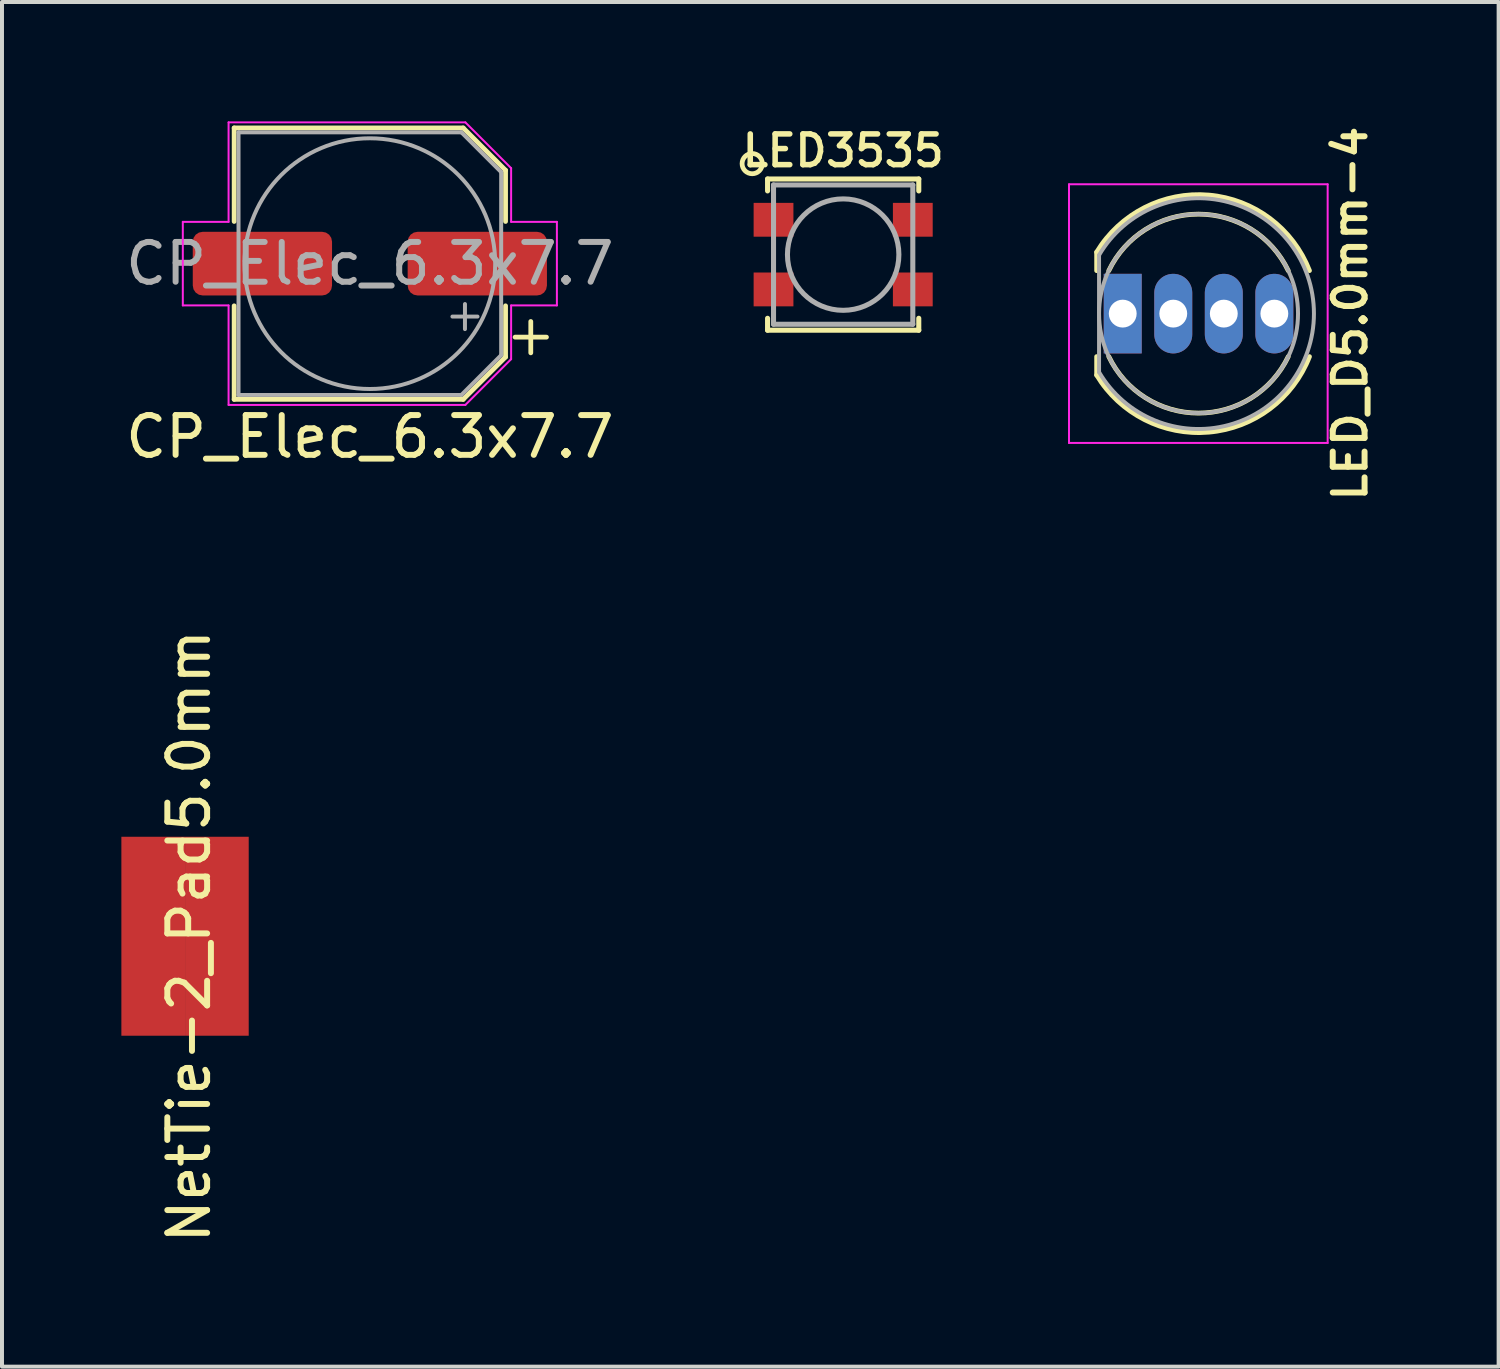
<source format=kicad_pcb>
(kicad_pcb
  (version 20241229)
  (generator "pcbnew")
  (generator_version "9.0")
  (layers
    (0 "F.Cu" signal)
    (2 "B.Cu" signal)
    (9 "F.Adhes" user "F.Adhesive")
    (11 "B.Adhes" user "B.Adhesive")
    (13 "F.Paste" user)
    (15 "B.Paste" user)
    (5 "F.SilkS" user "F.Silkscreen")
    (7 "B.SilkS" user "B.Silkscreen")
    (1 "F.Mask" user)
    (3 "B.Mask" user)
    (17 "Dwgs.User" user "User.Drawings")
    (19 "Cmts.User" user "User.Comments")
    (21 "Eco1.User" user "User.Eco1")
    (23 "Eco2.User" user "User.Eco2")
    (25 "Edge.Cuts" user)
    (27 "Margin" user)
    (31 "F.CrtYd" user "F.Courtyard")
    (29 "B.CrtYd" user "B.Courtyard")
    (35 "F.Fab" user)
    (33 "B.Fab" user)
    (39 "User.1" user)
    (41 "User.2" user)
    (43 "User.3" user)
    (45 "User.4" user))
  (footprint "CP_Elec_6.3x7.7"
    (layer "F.Cu")
    (at 6.244 3.575)
    (property "Reference" "CP_Elec_6.3x7.7" (at 0 4.35 180) (layer "F.SilkS") (effects (font (size 1 1) (thickness 0.15))))
    (attr smd)
    (fp_line (start -3.41 -3.41) (end -3.41 -1.06) (stroke (width 0.12) (type solid)) (layer "F.SilkS"))
    (fp_line (start -3.41 3.41) (end -3.41 1.06) (stroke (width 0.12) (type solid)) (layer "F.SilkS"))
    (fp_line (start 2.346 -3.41) (end -3.41 -3.41) (stroke (width 0.12) (type solid)) (layer "F.SilkS"))
    (fp_line (start 2.346 3.41) (end -3.41 3.41) (stroke (width 0.12) (type solid)) (layer "F.SilkS"))
    (fp_line (start 3.41 -2.346) (end 2.346 -3.41) (stroke (width 0.12) (type solid)) (layer "F.SilkS"))
    (fp_line (start 3.41 -2.346) (end 3.41 -1.06) (stroke (width 0.12) (type solid)) (layer "F.SilkS"))
    (fp_line (start 3.41 2.346) (end 2.346 3.41) (stroke (width 0.12) (type solid)) (layer "F.SilkS"))
    (fp_line (start 3.41 2.346) (end 3.41 1.06) (stroke (width 0.12) (type solid)) (layer "F.SilkS"))
    (fp_line (start 4.044 2.241) (end 4.044 1.454) (stroke (width 0.12) (type solid)) (layer "F.SilkS"))
    (fp_line (start 4.438 1.847) (end 3.65 1.847) (stroke (width 0.12) (type solid)) (layer "F.SilkS"))
    (fp_line (start -4.7 -1.05) (end -3.55 -1.05) (stroke (width 0.05) (type solid)) (layer "F.CrtYd"))
    (fp_line (start -4.7 1.05) (end -4.7 -1.05) (stroke (width 0.05) (type solid)) (layer "F.CrtYd"))
    (fp_line (start -3.55 -1.05) (end -3.55 -3.55) (stroke (width 0.05) (type solid)) (layer "F.CrtYd"))
    (fp_line (start -3.55 1.05) (end -4.7 1.05) (stroke (width 0.05) (type solid)) (layer "F.CrtYd"))
    (fp_line (start -3.55 3.55) (end -3.55 1.05) (stroke (width 0.05) (type solid)) (layer "F.CrtYd"))
    (fp_line (start 2.4 -3.55) (end -3.55 -3.55) (stroke (width 0.05) (type solid)) (layer "F.CrtYd"))
    (fp_line (start 2.4 3.55) (end -3.55 3.55) (stroke (width 0.05) (type solid)) (layer "F.CrtYd"))
    (fp_line (start 3.55 -2.4) (end 2.4 -3.55) (stroke (width 0.05) (type solid)) (layer "F.CrtYd"))
    (fp_line (start 3.55 -1.05) (end 3.55 -2.4) (stroke (width 0.05) (type solid)) (layer "F.CrtYd"))
    (fp_line (start 3.55 1.05) (end 4.7 1.05) (stroke (width 0.05) (type solid)) (layer "F.CrtYd"))
    (fp_line (start 3.55 2.4) (end 2.4 3.55) (stroke (width 0.05) (type solid)) (layer "F.CrtYd"))
    (fp_line (start 3.55 2.4) (end 3.55 1.05) (stroke (width 0.05) (type solid)) (layer "F.CrtYd"))
    (fp_line (start 4.7 -1.05) (end 3.55 -1.05) (stroke (width 0.05) (type solid)) (layer "F.CrtYd"))
    (fp_line (start 4.7 1.05) (end 4.7 -1.05) (stroke (width 0.05) (type solid)) (layer "F.CrtYd"))
    (fp_line (start -3.3 3.3) (end -3.3 -3.3) (stroke (width 0.1) (type solid)) (layer "F.Fab"))
    (fp_line (start 2.3 -3.3) (end -3.3 -3.3) (stroke (width 0.1) (type solid)) (layer "F.Fab"))
    (fp_line (start 2.3 3.3) (end -3.3 3.3) (stroke (width 0.1) (type solid)) (layer "F.Fab"))
    (fp_line (start 2.39 1.645) (end 2.39 1.015) (stroke (width 0.1) (type solid)) (layer "F.Fab"))
    (fp_line (start 2.705 1.33) (end 2.075 1.33) (stroke (width 0.1) (type solid)) (layer "F.Fab"))
    (fp_line (start 3.3 -2.3) (end 2.3 -3.3) (stroke (width 0.1) (type solid)) (layer "F.Fab"))
    (fp_line (start 3.3 2.3) (end 2.3 3.3) (stroke (width 0.1) (type solid)) (layer "F.Fab"))
    (fp_line (start 3.3 2.3) (end 3.3 -2.3) (stroke (width 0.1) (type solid)) (layer "F.Fab"))
    (fp_circle (center 0 0) (end -3.15 0) (stroke (width 0.1) (type solid)) (fill no) (layer "F.Fab"))
    (fp_text user "${REFERENCE}" (at 0 0 180) (layer "F.Fab") (effects (font (size 1 1) (thickness 0.15))))
    (pad "1" smd roundrect (at 2.7 0 180) (size 3.5 1.6) (layers "F.Cu" "F.Mask" "F.Paste") (roundrect_rratio 0.156))
    (pad "2" smd roundrect (at -2.7 0 180) (size 3.5 1.6) (layers "F.Cu" "F.Mask" "F.Paste") (roundrect_rratio 0.156)))
  (footprint "NetTie-2_Pad5.0mm"
    (layer "F.Cu")
    (at 1.6 20.477)
    (property "Reference" "NetTie-2_Pad5.0mm" (at 0.1 0 90) (layer "F.SilkS") (effects (font (size 1 1) (thickness 0.15))))
    (attr exclude_from_pos_files exclude_from_bom)
    (pad "1" smd rect (at -0.8 0) (size 1.6 5) (layers "F.Cu"))
    (pad "2" smd rect (at 0.8 0) (size 1.6 5) (layers "F.Cu")))
  (footprint "LED3535"
    (layer "F.Cu")
    (at 18.138 3.348)
    (property "Reference" "LED3535" (at 0 -2.159 0) (layer "F.SilkS") (effects (font (size 0.772 0.772) (thickness 0.139)) (justify bottom)))
    (attr through_hole)
    (fp_line (start -1.9 -1.9) (end 1.9 -1.9) (stroke (width 0.127) (type solid)) (layer "F.SilkS"))
    (fp_line (start -1.9 -1.6) (end -1.9 -1.9) (stroke (width 0.127) (type solid)) (layer "F.SilkS"))
    (fp_line (start -1.9 1.6) (end -1.9 1.9) (stroke (width 0.127) (type solid)) (layer "F.SilkS"))
    (fp_line (start -1.9 1.9) (end 1.9 1.9) (stroke (width 0.127) (type solid)) (layer "F.SilkS"))
    (fp_line (start 1.9 -1.9) (end 1.9 -1.6) (stroke (width 0.127) (type solid)) (layer "F.SilkS"))
    (fp_line (start 1.9 1.9) (end 1.9 1.6) (stroke (width 0.127) (type solid)) (layer "F.SilkS"))
    (fp_circle (center -2.286 -2.286) (end -2.286 -2.032) (stroke (width 0.12) (type solid)) (fill no) (layer "F.SilkS"))
    (fp_line (start -1.75 1.75) (end -1.75 -1.75) (stroke (width 0.127) (type solid)) (layer "F.Fab"))
    (fp_line (start -1.75 -1.75) (end 1.75 -1.75) (stroke (width 0.127) (type solid)) (layer "F.Fab"))
    (fp_line (start 1.75 1.75) (end -1.75 1.75) (stroke (width 0.127) (type solid)) (layer "F.Fab"))
    (fp_line (start 1.75 -1.75) (end 1.75 1.75) (stroke (width 0.127) (type solid)) (layer "F.Fab"))
    (fp_circle (center 0 0) (end 1.4 0) (stroke (width 0.127) (type solid)) (fill no) (layer "F.Fab"))
    (pad "1" smd rect (at -1.75 -0.875 90) (size 0.85 1) (layers "F.Cu" "F.Mask" "F.Paste"))
    (pad "2" smd rect (at -1.75 0.875 90) (size 0.85 1) (layers "F.Cu" "F.Mask" "F.Paste"))
    (pad "3" smd rect (at 1.75 0.875 90) (size 0.85 1) (layers "F.Cu" "F.Mask" "F.Paste"))
    (pad "4" smd rect (at 1.75 -0.875 90) (size 0.85 1) (layers "F.Cu" "F.Mask" "F.Paste")))
  (footprint "LED_D5.0mm-4"
    (layer "F.Cu")
    (at 27.068 4.831)
    (property "Reference" "LED_D5.0mm-4" (at 3.81 0 270) (layer "F.SilkS") (effects (font (size 0.8 0.8) (thickness 0.15))))
    (attr through_hole)
    (fp_line (start -2.56 -1.545) (end -2.56 -1.08) (stroke (width 0.12) (type solid)) (layer "F.SilkS"))
    (fp_line (start -2.56 1.08) (end -2.56 1.545) (stroke (width 0.12) (type solid)) (layer "F.SilkS"))
    (fp_arc (start -2.56 -1.54483) (mid 0.258456 -2.978808) (end 2.787813 -1.080826) (stroke (width 0.12) (type solid)) (layer "F.SilkS"))
    (fp_arc (start -2.254684 -1.08) (mid -0.000238 -2.499999) (end 2.254477 -1.080428) (stroke (width 0.12) (type solid)) (layer "F.SilkS"))
    (fp_arc (start 2.254477 1.080428) (mid -0.000238 2.499999) (end -2.254684 1.08) (stroke (width 0.12) (type solid)) (layer "F.SilkS"))
    (fp_arc (start 2.787813 1.080826) (mid 0.258456 2.978807) (end -2.56 1.54483) (stroke (width 0.12) (type solid)) (layer "F.SilkS"))
    (fp_line (start -3.255 -3.25) (end -3.255 3.25) (stroke (width 0.05) (type solid)) (layer "F.CrtYd"))
    (fp_line (start -3.255 3.25) (end 3.245 3.25) (stroke (width 0.05) (type solid)) (layer "F.CrtYd"))
    (fp_line (start 3.245 -3.25) (end -3.255 -3.25) (stroke (width 0.05) (type solid)) (layer "F.CrtYd"))
    (fp_line (start 3.245 3.25) (end 3.245 -3.25) (stroke (width 0.05) (type solid)) (layer "F.CrtYd"))
    (fp_line (start -2.5 -1.47) (end -2.5 1.47) (stroke (width 0.1) (type solid)) (layer "F.Fab"))
    (fp_arc (start -2.5 -1.469694) (mid 2.899998 0.000017) (end -2.500017 1.469665) (stroke (width 0.1) (type solid)) (layer "F.Fab"))
    (fp_circle (center -0.000001 0) (end 2.5 0) (stroke (width 0.1) (type solid)) (fill no) (layer "F.Fab"))
    (pad "1" thru_hole rect (at -1.905 0) (size 0.954 2) (drill 0.7) (layers "*.Cu" "*.Mask"))
    (pad "2" thru_hole oval (at -0.635 0) (size 0.954 2) (drill 0.7) (layers "*.Cu" "*.Mask"))
    (pad "3" thru_hole oval (at 0.635 0) (size 0.954 2) (drill 0.7) (layers "*.Cu" "*.Mask"))
    (pad "4" thru_hole oval (at 1.905 0) (size 0.954 2) (drill 0.7) (layers "*.Cu" "*.Mask")))
  (gr_rect
    (start -3 -3)
    (end 34.609 31.292)
    (stroke (width 0.1) (type default))
    (fill no)
    (layer "Edge.Cuts")))
</source>
